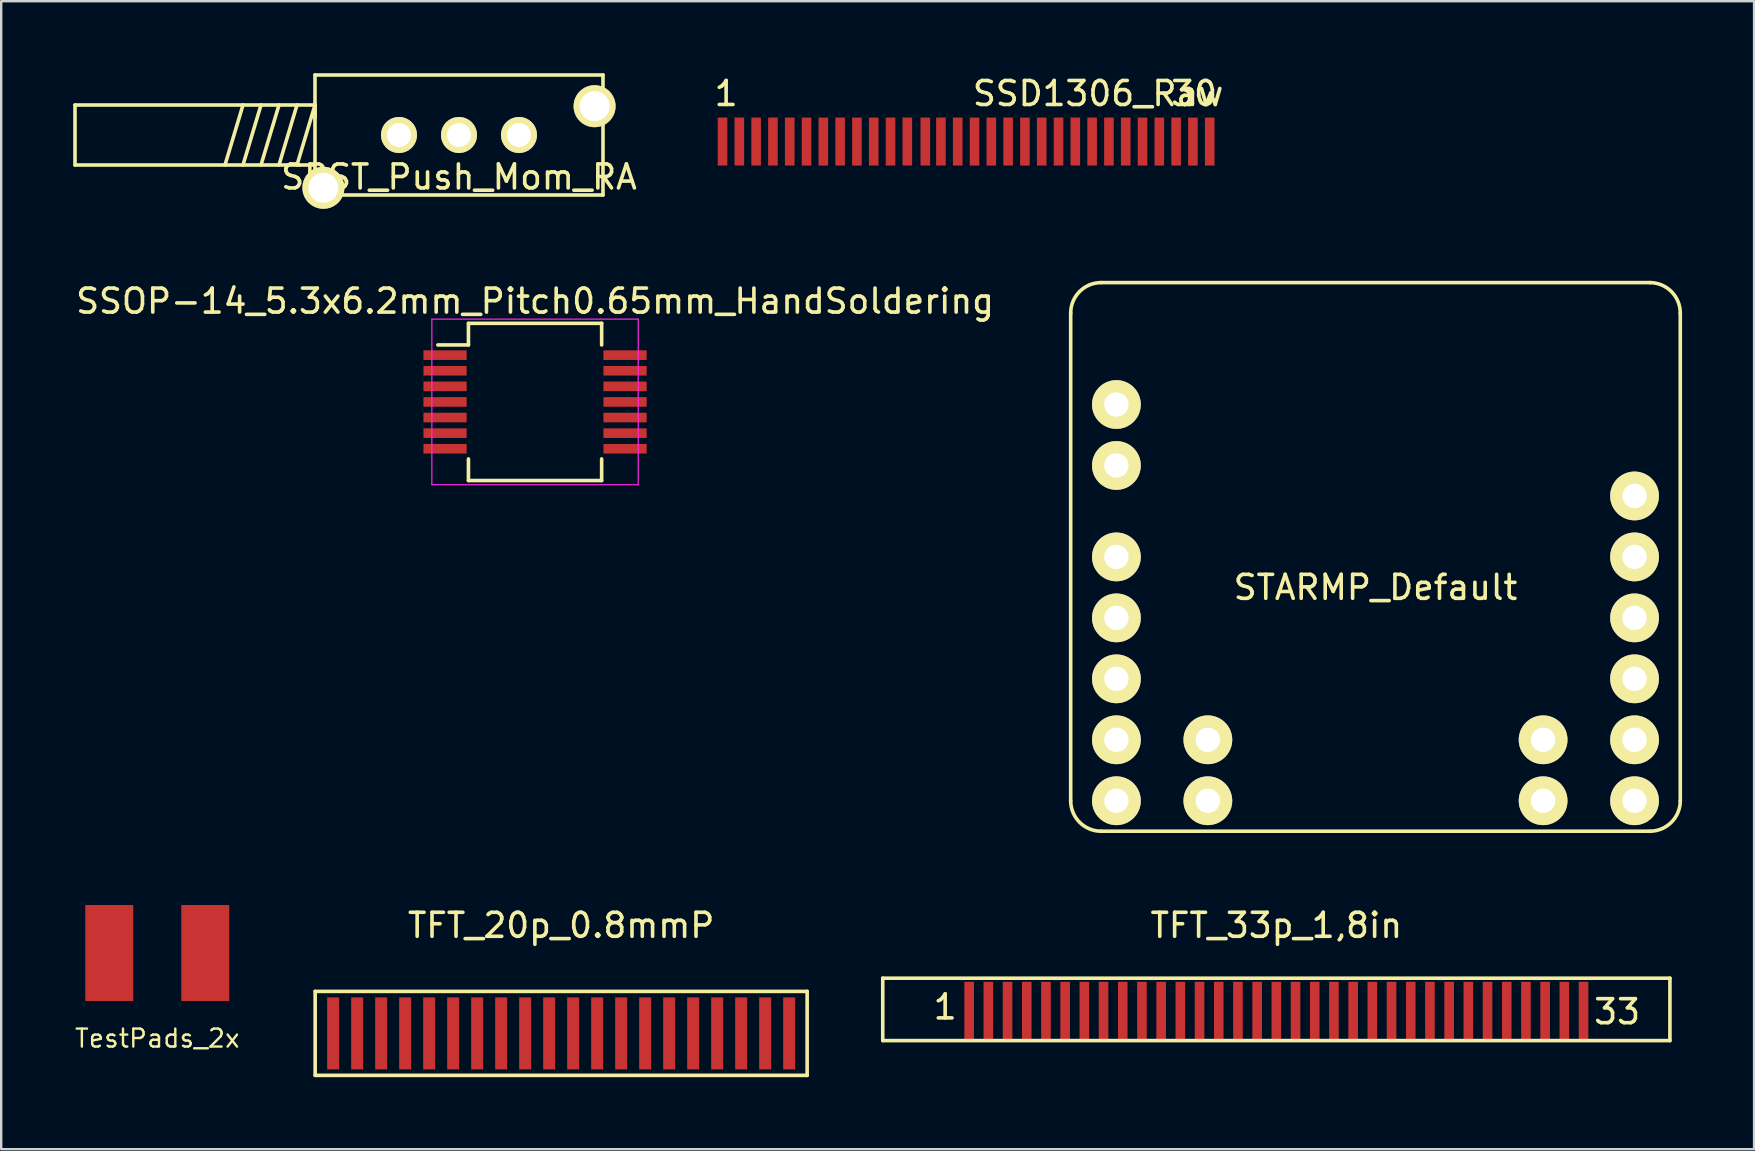
<source format=kicad_pcb>
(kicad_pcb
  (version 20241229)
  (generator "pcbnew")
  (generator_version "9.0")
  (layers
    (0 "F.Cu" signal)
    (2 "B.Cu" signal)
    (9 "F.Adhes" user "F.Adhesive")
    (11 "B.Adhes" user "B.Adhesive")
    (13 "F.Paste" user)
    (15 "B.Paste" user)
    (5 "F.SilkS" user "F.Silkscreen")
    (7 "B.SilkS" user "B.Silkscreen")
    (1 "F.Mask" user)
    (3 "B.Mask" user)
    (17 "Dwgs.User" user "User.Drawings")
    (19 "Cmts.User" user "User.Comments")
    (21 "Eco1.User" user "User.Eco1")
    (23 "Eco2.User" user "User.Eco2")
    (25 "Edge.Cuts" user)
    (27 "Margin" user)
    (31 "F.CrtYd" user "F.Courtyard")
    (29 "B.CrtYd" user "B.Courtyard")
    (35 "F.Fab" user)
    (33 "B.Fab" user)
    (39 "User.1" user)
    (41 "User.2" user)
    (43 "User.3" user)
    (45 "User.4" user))
  (footprint "STARMP_Default"
    (layer "F.Cu")
    (at 54.263 22.695)
    (property "Reference" "STARMP_Default" (at 0 -1.27 0) (layer "F.SilkS") (effects (font (size 1 1) (thickness 0.15))))
    (attr through_hole)
    (fp_line (start -12.7 -12.7) (end -12.7 7.62) (stroke (width 0.15) (type solid)) (layer "F.SilkS"))
    (fp_line (start -11.43 8.89) (end 11.43 8.89) (stroke (width 0.15) (type solid)) (layer "F.SilkS"))
    (fp_line (start 11.43 -13.97) (end -11.43 -13.97) (stroke (width 0.15) (type solid)) (layer "F.SilkS"))
    (fp_line (start 12.7 7.62) (end 12.7 -12.7) (stroke (width 0.15) (type solid)) (layer "F.SilkS"))
    (fp_arc (start -12.7 -12.7) (mid -12.328026 -13.598026) (end -11.43 -13.97) (stroke (width 0.15) (type solid)) (layer "F.SilkS"))
    (fp_arc (start -11.43 8.89) (mid -12.328026 8.518026) (end -12.7 7.62) (stroke (width 0.15) (type solid)) (layer "F.SilkS"))
    (fp_arc (start 11.43 -13.97) (mid 12.328026 -13.598026) (end 12.7 -12.7) (stroke (width 0.15) (type solid)) (layer "F.SilkS"))
    (fp_arc (start 12.7 7.62) (mid 12.328026 8.518026) (end 11.43 8.89) (stroke (width 0.15) (type solid)) (layer "F.SilkS"))
    (pad "1" thru_hole circle (at -10.795 -8.89) (size 2.032 2.032) (drill 1.016) (layers "*.Cu" "*.Mask" "F.SilkS"))
    (pad "2" thru_hole circle (at -10.795 -6.35) (size 2.032 2.032) (drill 1.016) (layers "*.Cu" "*.Mask" "F.SilkS"))
    (pad "3" thru_hole circle (at -10.795 -2.54) (size 2.032 2.032) (drill 1.016) (layers "*.Cu" "*.Mask" "F.SilkS"))
    (pad "4" thru_hole circle (at -10.795 0) (size 2.032 2.032) (drill 1.016) (layers "*.Cu" "*.Mask" "F.SilkS"))
    (pad "5" thru_hole circle (at -10.795 2.54) (size 2.032 2.032) (drill 1.016) (layers "*.Cu" "*.Mask" "F.SilkS"))
    (pad "6" thru_hole circle (at -10.795 5.08) (size 2.032 2.032) (drill 1.016) (layers "*.Cu" "*.Mask" "F.SilkS"))
    (pad "7" thru_hole circle (at -10.795 7.62) (size 2.032 2.032) (drill 1.016) (layers "*.Cu" "*.Mask" "F.SilkS"))
    (pad "8" thru_hole circle (at 10.795 7.62) (size 2.032 2.032) (drill 1.016) (layers "*.Cu" "*.Mask" "F.SilkS"))
    (pad "9" thru_hole circle (at 10.795 5.08) (size 2.032 2.032) (drill 1.016) (layers "*.Cu" "*.Mask" "F.SilkS"))
    (pad "10" thru_hole circle (at 10.795 2.54) (size 2.032 2.032) (drill 1.016) (layers "*.Cu" "*.Mask" "F.SilkS"))
    (pad "11" thru_hole circle (at 10.795 0) (size 2.032 2.032) (drill 1.016) (layers "*.Cu" "*.Mask" "F.SilkS"))
    (pad "12" thru_hole circle (at 10.795 -2.54) (size 2.032 2.032) (drill 1.016) (layers "*.Cu" "*.Mask" "F.SilkS"))
    (pad "13" thru_hole circle (at 10.795 -5.08) (size 2.032 2.032) (drill 1.016) (layers "*.Cu" "*.Mask" "F.SilkS"))
    (pad "14" thru_hole circle (at -6.985 5.08) (size 2.032 2.032) (drill 1.016) (layers "*.Cu" "*.Mask" "F.SilkS"))
    (pad "15" thru_hole circle (at -6.985 7.62) (size 2.032 2.032) (drill 1.016) (layers "*.Cu" "*.Mask" "F.SilkS"))
    (pad "16" thru_hole circle (at 6.985 7.62) (size 2.032 2.032) (drill 1.016) (layers "*.Cu" "*.Mask" "F.SilkS"))
    (pad "17" thru_hole circle (at 6.985 5.08) (size 2.032 2.032) (drill 1.016) (layers "*.Cu" "*.Mask" "F.SilkS")))
  (footprint "SSOP-14_5.3x6.2mm_Pitch0.65mm_HandSoldering"
    (layer "F.Cu")
    (at 19.244 13.698)
    (property "Reference" "SSOP-14_5.3x6.2mm_Pitch0.65mm_HandSoldering" (at 0 -4.2 0) (layer "F.SilkS") (effects (font (size 1 1) (thickness 0.15))))
    (attr smd)
    (fp_line (start -2.775 -3.275) (end -2.775 -2.375) (stroke (width 0.15) (type solid)) (layer "F.SilkS"))
    (fp_line (start -2.775 -3.275) (end 2.775 -3.275) (stroke (width 0.15) (type solid)) (layer "F.SilkS"))
    (fp_line (start -2.775 -2.375) (end -4.05 -2.375) (stroke (width 0.15) (type solid)) (layer "F.SilkS"))
    (fp_line (start -2.775 3.275) (end -2.775 2.375) (stroke (width 0.15) (type solid)) (layer "F.SilkS"))
    (fp_line (start -2.775 3.275) (end 2.775 3.275) (stroke (width 0.15) (type solid)) (layer "F.SilkS"))
    (fp_line (start 2.775 -3.275) (end 2.775 -2.375) (stroke (width 0.15) (type solid)) (layer "F.SilkS"))
    (fp_line (start 2.775 3.275) (end 2.775 2.375) (stroke (width 0.15) (type solid)) (layer "F.SilkS"))
    (fp_line (start -4.3 -3.45) (end -4.3 3.45) (stroke (width 0.05) (type solid)) (layer "F.CrtYd"))
    (fp_line (start -4.3 -3.45) (end 4.3 -3.45) (stroke (width 0.05) (type solid)) (layer "F.CrtYd"))
    (fp_line (start -4.3 3.45) (end 4.3 3.45) (stroke (width 0.05) (type solid)) (layer "F.CrtYd"))
    (fp_line (start 4.3 -3.45) (end 4.3 3.45) (stroke (width 0.05) (type solid)) (layer "F.CrtYd"))
    (pad "1" smd rect (at -3.75 -1.95) (size 1.8 0.4) (layers "F.Cu" "F.Mask" "F.Paste"))
    (pad "2" smd rect (at -3.75 -1.3) (size 1.8 0.4) (layers "F.Cu" "F.Mask" "F.Paste"))
    (pad "3" smd rect (at -3.75 -0.65) (size 1.8 0.4) (layers "F.Cu" "F.Mask" "F.Paste"))
    (pad "4" smd rect (at -3.75 0) (size 1.8 0.4) (layers "F.Cu" "F.Mask" "F.Paste"))
    (pad "5" smd rect (at -3.75 0.65) (size 1.8 0.4) (layers "F.Cu" "F.Mask" "F.Paste"))
    (pad "6" smd rect (at -3.75 1.3) (size 1.8 0.4) (layers "F.Cu" "F.Mask" "F.Paste"))
    (pad "7" smd rect (at -3.75 1.95) (size 1.8 0.4) (layers "F.Cu" "F.Mask" "F.Paste"))
    (pad "8" smd rect (at 3.75 1.95) (size 1.8 0.4) (layers "F.Cu" "F.Mask" "F.Paste"))
    (pad "9" smd rect (at 3.75 1.3) (size 1.8 0.4) (layers "F.Cu" "F.Mask" "F.Paste"))
    (pad "10" smd rect (at 3.75 0.65) (size 1.8 0.4) (layers "F.Cu" "F.Mask" "F.Paste"))
    (pad "11" smd rect (at 3.75 0) (size 1.8 0.4) (layers "F.Cu" "F.Mask" "F.Paste"))
    (pad "12" smd rect (at 3.75 -0.65) (size 1.8 0.4) (layers "F.Cu" "F.Mask" "F.Paste"))
    (pad "13" smd rect (at 3.75 -1.3) (size 1.8 0.4) (layers "F.Cu" "F.Mask" "F.Paste"))
    (pad "14" smd rect (at 3.75 -1.95) (size 1.8 0.4) (layers "F.Cu" "F.Mask" "F.Paste")))
  (footprint "SPST_Push_Mom_RA"
    (layer "F.Cu")
    (at 16.075 2.575)
    (property "Reference" "SPST_Push_Mom_RA" (at 0 1.75 0) (layer "F.SilkS") (effects (font (size 1 1) (thickness 0.15))))
    (attr through_hole)
    (fp_line (start -16 -1.25) (end -16 1.25) (stroke (width 0.15) (type solid)) (layer "F.SilkS"))
    (fp_line (start -16 1.25) (end -6 1.25) (stroke (width 0.15) (type solid)) (layer "F.SilkS"))
    (fp_line (start -9 -1.25) (end -9.75 1.25) (stroke (width 0.15) (type solid)) (layer "F.SilkS"))
    (fp_line (start -8.25 -1.25) (end -9 1.25) (stroke (width 0.15) (type solid)) (layer "F.SilkS"))
    (fp_line (start -7.5 -1.25) (end -8.25 1.25) (stroke (width 0.15) (type solid)) (layer "F.SilkS"))
    (fp_line (start -6.75 -1.25) (end -7.5 1.25) (stroke (width 0.15) (type solid)) (layer "F.SilkS"))
    (fp_line (start -6.75 1.25) (end -6 -1.25) (stroke (width 0.15) (type solid)) (layer "F.SilkS"))
    (fp_line (start -6 -2.5) (end -6 2.5) (stroke (width 0.15) (type solid)) (layer "F.SilkS"))
    (fp_line (start -6 -1.25) (end -16 -1.25) (stroke (width 0.15) (type solid)) (layer "F.SilkS"))
    (fp_line (start -6 -0.75) (end -6 -1.25) (stroke (width 0.15) (type solid)) (layer "F.SilkS"))
    (fp_line (start -6 2.5) (end 6 2.5) (stroke (width 0.15) (type solid)) (layer "F.SilkS"))
    (fp_line (start 6 -2.5) (end -6 -2.5) (stroke (width 0.15) (type solid)) (layer "F.SilkS"))
    (fp_line (start 6 2.5) (end 6 -2.5) (stroke (width 0.15) (type solid)) (layer "F.SilkS"))
    (pad "1" thru_hole circle (at -2.5 0) (size 1.5 1.5) (drill 1) (layers "*.Cu" "*.Mask" "F.SilkS"))
    (pad "2" thru_hole circle (at 0 0) (size 1.5 1.5) (drill 1) (layers "*.Cu" "*.Mask" "F.SilkS"))
    (pad "3" thru_hole circle (at 2.5 0) (size 1.5 1.5) (drill 1) (layers "*.Cu" "*.Mask" "F.SilkS"))
    (pad "4" thru_hole circle (at -5.65 2.2) (size 1.75 1.75) (drill 1.25) (layers "*.Cu" "*.Mask" "F.SilkS"))
    (pad "4" thru_hole circle (at 5.65 -1.2) (size 1.75 1.75) (drill 1.25) (layers "*.Cu" "*.Mask" "F.SilkS")))
  (footprint "SSD1306_Raw"
    (layer "F.Cu")
    (at 37.206 2.848)
    (property "Reference" "SSD1306_Raw" (at 5.5 -2 0) (layer "F.SilkS") (effects (font (size 1 1) (thickness 0.15))))
    (attr through_hole)
    (fp_text user "30" (at 9.5 -2 0) (layer "F.SilkS") (effects (font (size 1 1) (thickness 0.15))))
    (fp_text user "1" (at -10 -2 0) (layer "F.SilkS") (effects (font (size 1 1) (thickness 0.15))))
    (pad "1" smd rect (at -10.15 0) (size 0.4 2) (layers "F.Cu" "F.Mask" "F.Paste"))
    (pad "2" smd rect (at -9.45 0) (size 0.4 2) (layers "F.Cu" "F.Mask" "F.Paste"))
    (pad "3" smd rect (at -8.75 0) (size 0.4 2) (layers "F.Cu" "F.Mask" "F.Paste"))
    (pad "4" smd rect (at -8.05 0) (size 0.4 2) (layers "F.Cu" "F.Mask" "F.Paste"))
    (pad "5" smd rect (at -7.35 0) (size 0.4 2) (layers "F.Cu" "F.Mask" "F.Paste"))
    (pad "6" smd rect (at -6.65 0) (size 0.4 2) (layers "F.Cu" "F.Mask" "F.Paste"))
    (pad "7" smd rect (at -5.95 0) (size 0.4 2) (layers "F.Cu" "F.Mask" "F.Paste"))
    (pad "8" smd rect (at -5.25 0) (size 0.4 2) (layers "F.Cu" "F.Mask" "F.Paste"))
    (pad "9" smd rect (at -4.55 0) (size 0.4 2) (layers "F.Cu" "F.Mask" "F.Paste"))
    (pad "10" smd rect (at -3.85 0) (size 0.4 2) (layers "F.Cu" "F.Mask" "F.Paste"))
    (pad "11" smd rect (at -3.15 0) (size 0.4 2) (layers "F.Cu" "F.Mask" "F.Paste"))
    (pad "12" smd rect (at -2.45 0) (size 0.4 2) (layers "F.Cu" "F.Mask" "F.Paste"))
    (pad "13" smd rect (at -1.7 0) (size 0.4 2) (layers "F.Cu" "F.Mask" "F.Paste"))
    (pad "14" smd rect (at -1.05 0) (size 0.4 2) (layers "F.Cu" "F.Mask" "F.Paste"))
    (pad "15" smd rect (at -0.35 0) (size 0.4 2) (layers "F.Cu" "F.Mask" "F.Paste"))
    (pad "16" smd rect (at 0.35 0) (size 0.4 2) (layers "F.Cu" "F.Mask" "F.Paste"))
    (pad "17" smd rect (at 1.05 0) (size 0.4 2) (layers "F.Cu" "F.Mask" "F.Paste"))
    (pad "18" smd rect (at 1.75 0) (size 0.4 2) (layers "F.Cu" "F.Mask" "F.Paste"))
    (pad "19" smd rect (at 2.45 0) (size 0.4 2) (layers "F.Cu" "F.Mask" "F.Paste"))
    (pad "20" smd rect (at 3.15 0) (size 0.4 2) (layers "F.Cu" "F.Mask" "F.Paste"))
    (pad "21" smd rect (at 3.85 0) (size 0.4 2) (layers "F.Cu" "F.Mask" "F.Paste"))
    (pad "22" smd rect (at 4.55 0) (size 0.4 2) (layers "F.Cu" "F.Mask" "F.Paste"))
    (pad "23" smd rect (at 5.25 0) (size 0.4 2) (layers "F.Cu" "F.Mask" "F.Paste"))
    (pad "24" smd rect (at 5.95 0) (size 0.4 2) (layers "F.Cu" "F.Mask" "F.Paste"))
    (pad "25" smd rect (at 6.65 0) (size 0.4 2) (layers "F.Cu" "F.Mask" "F.Paste"))
    (pad "26" smd rect (at 7.35 0) (size 0.4 2) (layers "F.Cu" "F.Mask" "F.Paste"))
    (pad "27" smd rect (at 8.05 0) (size 0.4 2) (layers "F.Cu" "F.Mask" "F.Paste"))
    (pad "28" smd rect (at 8.75 0) (size 0.4 2) (layers "F.Cu" "F.Mask" "F.Paste"))
    (pad "29" smd rect (at 9.45 0) (size 0.4 2) (layers "F.Cu" "F.Mask" "F.Paste"))
    (pad "30" smd rect (at 10.15 0) (size 0.4 2) (layers "F.Cu" "F.Mask" "F.Paste")))
  (footprint "TestPads_2x"
    (layer "F.Cu")
    (at 3.504 36.66)
    (property "Reference" "TestPads_2x" (at 0 3.556 0) (layer "F.SilkS") (effects (font (size 0.75 0.75) (thickness 0.1))))
    (attr through_hole)
    (pad "1" smd rect (at -2 0) (size 2 4) (layers "F.Cu" "F.Mask" "F.Paste"))
    (pad "2" smd rect (at 2 0) (size 2 4) (layers "F.Cu" "F.Mask" "F.Paste")))
  (footprint "TFT_33p_1,8in"
    (layer "F.Cu")
    (at 50.132 37.908)
    (property "Reference" "TFT_33p_1,8in" (at 0 -2.4 0) (layer "F.SilkS") (effects (font (size 1 1) (thickness 0.15))))
    (attr through_hole)
    (fp_line (start -16.4 -0.2) (end 16.4 -0.2) (stroke (width 0.15) (type solid)) (layer "F.SilkS"))
    (fp_line (start -16.4 2.4) (end -16.4 -0.2) (stroke (width 0.15) (type solid)) (layer "F.SilkS"))
    (fp_line (start 16.4 -0.2) (end 16.4 2.4) (stroke (width 0.15) (type solid)) (layer "F.SilkS"))
    (fp_line (start 16.4 2.4) (end -16.4 2.4) (stroke (width 0.15) (type solid)) (layer "F.SilkS"))
    (fp_text user "1" (at -13.8 1 0) (layer "F.SilkS") (effects (font (size 1 1) (thickness 0.15))))
    (fp_text user "33" (at 14.2 1.2 0) (layer "F.SilkS") (effects (font (size 1 1) (thickness 0.15))))
    (pad "1" smd rect (at -12.8 1.2) (size 0.4 2.5) (layers "F.Cu" "F.Mask" "F.Paste"))
    (pad "2" smd rect (at -12 1.2) (size 0.4 2.5) (layers "F.Cu" "F.Mask" "F.Paste"))
    (pad "3" smd rect (at -11.2 1.2) (size 0.4 2.5) (layers "F.Cu" "F.Mask" "F.Paste"))
    (pad "4" smd rect (at -10.4 1.2) (size 0.4 2.5) (layers "F.Cu" "F.Mask" "F.Paste"))
    (pad "5" smd rect (at -9.6 1.2) (size 0.4 2.5) (layers "F.Cu" "F.Mask" "F.Paste"))
    (pad "6" smd rect (at -8.8 1.2) (size 0.4 2.5) (layers "F.Cu" "F.Mask" "F.Paste"))
    (pad "7" smd rect (at -8 1.2) (size 0.4 2.5) (layers "F.Cu" "F.Mask" "F.Paste"))
    (pad "8" smd rect (at -7.2 1.2) (size 0.4 2.5) (layers "F.Cu" "F.Mask" "F.Paste"))
    (pad "9" smd rect (at -6.4 1.2) (size 0.4 2.5) (layers "F.Cu" "F.Mask" "F.Paste"))
    (pad "10" smd rect (at -5.6 1.2) (size 0.4 2.5) (layers "F.Cu" "F.Mask" "F.Paste"))
    (pad "11" smd rect (at -4.8 1.2) (size 0.4 2.5) (layers "F.Cu" "F.Mask" "F.Paste"))
    (pad "12" smd rect (at -4 1.2) (size 0.4 2.5) (layers "F.Cu" "F.Mask" "F.Paste"))
    (pad "13" smd rect (at -3.2 1.2) (size 0.4 2.5) (layers "F.Cu" "F.Mask" "F.Paste"))
    (pad "14" smd rect (at -2.4 1.2) (size 0.4 2.5) (layers "F.Cu" "F.Mask" "F.Paste"))
    (pad "15" smd rect (at -1.6 1.2) (size 0.4 2.5) (layers "F.Cu" "F.Mask" "F.Paste"))
    (pad "16" smd rect (at -0.8 1.2) (size 0.4 2.5) (layers "F.Cu" "F.Mask" "F.Paste"))
    (pad "17" smd rect (at 0 1.2) (size 0.4 2.5) (layers "F.Cu" "F.Mask" "F.Paste"))
    (pad "18" smd rect (at 0.8 1.2) (size 0.4 2.5) (layers "F.Cu" "F.Mask" "F.Paste"))
    (pad "19" smd rect (at 1.6 1.2) (size 0.4 2.5) (layers "F.Cu" "F.Mask" "F.Paste"))
    (pad "20" smd rect (at 2.4 1.2) (size 0.4 2.5) (layers "F.Cu" "F.Mask" "F.Paste"))
    (pad "21" smd rect (at 3.2 1.2) (size 0.4 2.5) (layers "F.Cu" "F.Mask" "F.Paste"))
    (pad "22" smd rect (at 4 1.2) (size 0.4 2.5) (layers "F.Cu" "F.Mask" "F.Paste"))
    (pad "23" smd rect (at 4.8 1.2) (size 0.4 2.5) (layers "F.Cu" "F.Mask" "F.Paste"))
    (pad "24" smd rect (at 5.6 1.2) (size 0.4 2.5) (layers "F.Cu" "F.Mask" "F.Paste"))
    (pad "25" smd rect (at 6.4 1.2) (size 0.4 2.5) (layers "F.Cu" "F.Mask" "F.Paste"))
    (pad "26" smd rect (at 7.2 1.2) (size 0.4 2.5) (layers "F.Cu" "F.Mask" "F.Paste"))
    (pad "27" smd rect (at 8 1.2) (size 0.4 2.5) (layers "F.Cu" "F.Mask" "F.Paste"))
    (pad "28" smd rect (at 8.8 1.2) (size 0.4 2.5) (layers "F.Cu" "F.Mask" "F.Paste"))
    (pad "29" smd rect (at 9.6 1.2) (size 0.4 2.5) (layers "F.Cu" "F.Mask" "F.Paste"))
    (pad "30" smd rect (at 10.4 1.2) (size 0.4 2.5) (layers "F.Cu" "F.Mask" "F.Paste"))
    (pad "31" smd rect (at 11.2 1.2) (size 0.4 2.5) (layers "F.Cu" "F.Mask" "F.Paste"))
    (pad "32" smd rect (at 12 1.2) (size 0.4 2.5) (layers "F.Cu" "F.Mask" "F.Paste"))
    (pad "33" smd rect (at 12.8 1.2) (size 0.4 2.5) (layers "F.Cu" "F.Mask" "F.Paste")))
  (footprint "TFT_20p_0.8mmP"
    (layer "F.Cu")
    (at 20.332 38.508)
    (property "Reference" "TFT_20p_0.8mmP" (at 0 -3 0) (layer "F.SilkS") (effects (font (size 1 1) (thickness 0.15))))
    (attr through_hole)
    (fp_line (start -10.25 -0.25) (end -10.25 3.25) (stroke (width 0.15) (type solid)) (layer "F.SilkS"))
    (fp_line (start -10.25 3.25) (end 10.25 3.25) (stroke (width 0.15) (type solid)) (layer "F.SilkS"))
    (fp_line (start 10.25 -0.25) (end -10.25 -0.25) (stroke (width 0.15) (type solid)) (layer "F.SilkS"))
    (fp_line (start 10.25 3.25) (end 10.25 -0.25) (stroke (width 0.15) (type solid)) (layer "F.SilkS"))
    (pad "1" smd rect (at -9.5 1.5) (size 0.5 3) (layers "F.Cu" "F.Mask" "F.Paste"))
    (pad "2" smd rect (at -8.5 1.5) (size 0.5 3) (layers "F.Cu" "F.Mask" "F.Paste"))
    (pad "3" smd rect (at -7.5 1.5) (size 0.5 3) (layers "F.Cu" "F.Mask" "F.Paste"))
    (pad "4" smd rect (at -6.5 1.5) (size 0.5 3) (layers "F.Cu" "F.Mask" "F.Paste"))
    (pad "5" smd rect (at -5.5 1.5) (size 0.5 3) (layers "F.Cu" "F.Mask" "F.Paste"))
    (pad "6" smd rect (at -4.5 1.5) (size 0.5 3) (layers "F.Cu" "F.Mask" "F.Paste"))
    (pad "7" smd rect (at -3.5 1.5) (size 0.5 3) (layers "F.Cu" "F.Mask" "F.Paste"))
    (pad "8" smd rect (at -2.5 1.5) (size 0.5 3) (layers "F.Cu" "F.Mask" "F.Paste"))
    (pad "9" smd rect (at -1.5 1.5) (size 0.5 3) (layers "F.Cu" "F.Mask" "F.Paste"))
    (pad "10" smd rect (at -0.5 1.5) (size 0.5 3) (layers "F.Cu" "F.Mask" "F.Paste"))
    (pad "11" smd rect (at 0.5 1.5) (size 0.5 3) (layers "F.Cu" "F.Mask" "F.Paste"))
    (pad "12" smd rect (at 1.5 1.5) (size 0.5 3) (layers "F.Cu" "F.Mask" "F.Paste"))
    (pad "13" smd rect (at 2.5 1.5) (size 0.5 3) (layers "F.Cu" "F.Mask" "F.Paste"))
    (pad "14" smd rect (at 3.5 1.5) (size 0.5 3) (layers "F.Cu" "F.Mask" "F.Paste"))
    (pad "15" smd rect (at 4.5 1.5) (size 0.5 3) (layers "F.Cu" "F.Mask" "F.Paste"))
    (pad "16" smd rect (at 5.5 1.5) (size 0.5 3) (layers "F.Cu" "F.Mask" "F.Paste"))
    (pad "17" smd rect (at 6.5 1.5) (size 0.5 3) (layers "F.Cu" "F.Mask" "F.Paste"))
    (pad "18" smd rect (at 7.5 1.5) (size 0.5 3) (layers "F.Cu" "F.Mask" "F.Paste"))
    (pad "19" smd rect (at 8.5 1.5) (size 0.5 3) (layers "F.Cu" "F.Mask" "F.Paste"))
    (pad "20" smd rect (at 9.5 1.5) (size 0.5 3) (layers "F.Cu" "F.Mask" "F.Paste")))
  (gr_rect
    (start -3 -3)
    (end 70.038 44.833)
    (stroke (width 0.1) (type default))
    (fill no)
    (layer "Edge.Cuts")))
</source>
